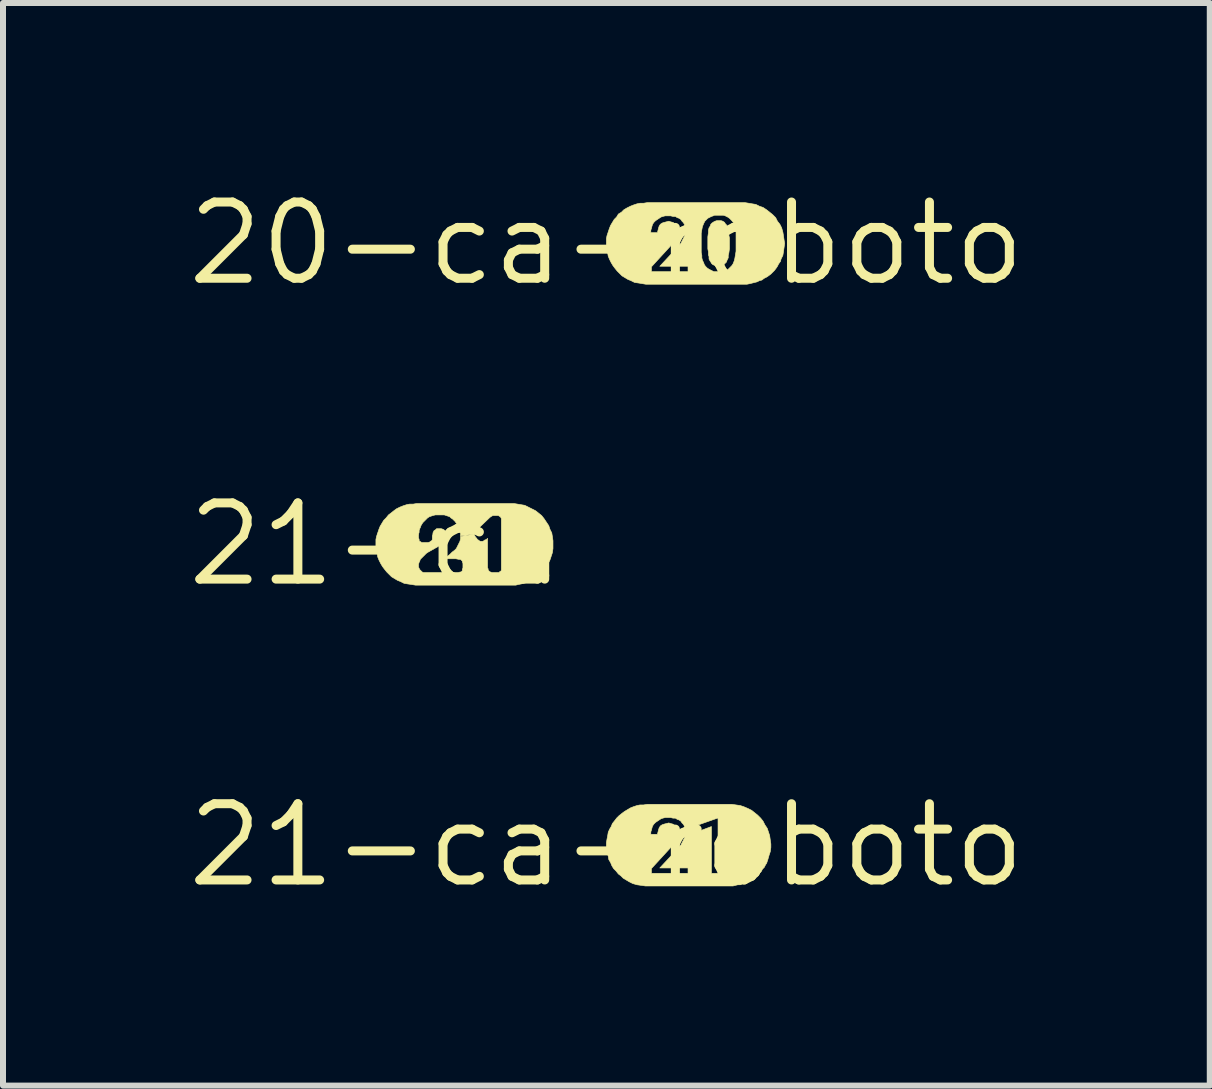
<source format=kicad_pcb>
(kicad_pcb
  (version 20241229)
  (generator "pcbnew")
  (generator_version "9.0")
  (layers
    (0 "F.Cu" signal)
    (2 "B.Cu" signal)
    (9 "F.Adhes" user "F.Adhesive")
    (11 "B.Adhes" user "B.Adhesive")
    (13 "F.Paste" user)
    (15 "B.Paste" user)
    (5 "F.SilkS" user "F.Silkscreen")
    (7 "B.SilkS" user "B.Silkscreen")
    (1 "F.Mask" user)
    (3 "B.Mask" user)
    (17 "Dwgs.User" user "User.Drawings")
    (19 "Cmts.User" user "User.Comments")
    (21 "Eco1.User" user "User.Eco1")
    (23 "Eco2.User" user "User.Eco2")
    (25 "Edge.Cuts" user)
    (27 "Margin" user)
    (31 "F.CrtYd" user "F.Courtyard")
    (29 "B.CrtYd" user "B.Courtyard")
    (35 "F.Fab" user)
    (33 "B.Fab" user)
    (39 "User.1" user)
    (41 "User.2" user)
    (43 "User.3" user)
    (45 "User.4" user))
  (footprint "21-ca"
    (layer "F.Cu")
    (at 3.213 6.019)
    (property "Reference" "21-ca" (at 0 0 0) (layer "F.SilkS") (effects (font (size 1.27 1.27) (thickness 0.15))))
    (attr board_only exclude_from_pos_files exclude_from_bom)
    (fp_poly (pts (xy 0.68 -0.68) (xy 0.62 -0.67) (xy 0.56 -0.67) (xy 0.51 -0.66) (xy 0.45 -0.64) (xy 0.4 -0.62) (xy 0.34 -0.59) (xy 0.3 -0.56) (xy 0.25 -0.52) (xy 0.21 -0.49) (xy 0.17 -0.44) (xy 0.13 -0.4) (xy 0.1 -0.35) (xy 0.07 -0.3) (xy 0.05 -0.25) (xy 0.03 -0.19) (xy 0.01 -0.13) (xy 0 -0.08) (xy 0 -0.02) (xy 0 0.04) (xy 0.01 0.1) (xy 0.02 0.15) (xy 0.03 0.21) (xy 0.05 0.26) (xy 0.08 0.32) (xy 0.11 0.37) (xy 0.14 0.41) (xy 0.18 0.46) (xy 0.22 0.5) (xy 0.26 0.54) (xy 0.31 0.57) (xy 0.36 0.6) (xy 0.41 0.62) (xy 0.47 0.65) (xy 0.53 0.66) (xy 0.6 0.67) (xy 0.66 0.68) (xy 0.77 0.46) (xy 0.75 0.44) (xy 0.73 0.42) (xy 0.72 0.4) (xy 0.71 0.38) (xy 0.71 0.36) (xy 0.71 0.33) (xy 0.72 0.3) (xy 0.73 0.28) (xy 0.74 0.25) (xy 0.76 0.23) (xy 0.8 0.19) (xy 0.84 0.15) (xy 0.87 0.13) (xy 1.03 0.04) (xy 1.06 0.02) (xy 1.09 -0.01) (xy 1.12 -0.04) (xy 1.15 -0.07) (xy 1.17 -0.1) (xy 1.18 -0.14) (xy 1.18 -0.16) (xy 1.17 -0.19) (xy 1.16 -0.21) (xy 1.15 -0.23) (xy 1.12 -0.25) (xy 1.09 -0.26) (xy 1.06 -0.26) (xy 1.03 -0.26) (xy 1.01 -0.26) (xy 0.99 -0.24) (xy 0.97 -0.23) (xy 0.96 -0.21) (xy 0.95 -0.19) (xy 0.95 -0.17) (xy 0.94 -0.14) (xy 0.94 -0.11) (xy 0.94 -0.08) (xy 0.93 -0.06) (xy 0.91 -0.05) (xy 0.9 -0.04) (xy 0.87 -0.03) (xy 0.85 -0.03) (xy 0.81 -0.03) (xy 0.79 -0.03) (xy 0.76 -0.03) (xy 0.75 -0.04) (xy 0.73 -0.05) (xy 0.72 -0.06) (xy 0.72 -0.08) (xy 0.71 -0.11) (xy 0.71 -0.14) (xy 0.71 -0.17) (xy 0.72 -0.2) (xy 0.72 -0.23) (xy 0.73 -0.26) (xy 0.74 -0.28) (xy 0.75 -0.31) (xy 0.78 -0.36) (xy 0.82 -0.4) (xy 0.84 -0.42) (xy 0.86 -0.44) (xy 0.89 -0.46) (xy 0.92 -0.47) (xy 0.95 -0.48) (xy 0.99 -0.49) (xy 1.02 -0.49) (xy 1.06 -0.49) (xy 1.1 -0.49) (xy 1.14 -0.49) (xy 1.17 -0.48) (xy 1.2 -0.47) (xy 1.23 -0.46) (xy 1.25 -0.44) (xy 1.28 -0.42) (xy 1.3 -0.4) (xy 1.32 -0.38) (xy 1.34 -0.35) (xy 1.37 -0.31) (xy 1.39 -0.27) (xy 1.4 -0.23) (xy 1.41 -0.18) (xy 1.41 -0.14) (xy 1.64 -0.17) (xy 1.64 -0.18) (xy 1.64 -0.2) (xy 1.65 -0.22) (xy 1.67 -0.23) (xy 1.9 -0.45) (xy 1.93 -0.47) (xy 1.95 -0.48) (xy 1.97 -0.48) (xy 2 -0.48) (xy 2.04 -0.48) (xy 2.07 -0.46) (xy 2.08 -0.45) (xy 2.09 -0.43) (xy 2.09 0.41) (xy 2.09 0.43) (xy 2.08 0.45) (xy 2.07 0.45) (xy 2.05 0.47) (xy 2.02 0.47) (xy 1.99 0.47) (xy 1.96 0.47) (xy 1.93 0.47) (xy 1.91 0.46) (xy 1.9 0.46) (xy 1.89 0.45) (xy 1.87 0.43) (xy 1.87 0.41) (xy 1.86 0.39) (xy 1.86 0.36) (xy 1.86 -0.1) (xy 1.85 -0.09) (xy 1.84 -0.08) (xy 1.81 -0.07) (xy 1.8 -0.06) (xy 1.78 -0.05) (xy 1.77 -0.05) (xy 1.75 -0.05) (xy 1.74 -0.05) (xy 1.72 -0.06) (xy 1.71 -0.07) (xy 1.69 -0.08) (xy 1.68 -0.1) (xy 1.66 -0.12) (xy 1.65 -0.14) (xy 1.64 -0.15) (xy 1.64 -0.17) (xy 1.41 -0.13) (xy 1.41 -0.09) (xy 1.4 -0.05) (xy 1.38 -0.01) (xy 1.36 0.03) (xy 1.34 0.07) (xy 1.31 0.1) (xy 1.27 0.13) (xy 1.23 0.17) (xy 1.19 0.2) (xy 1.15 0.22) (xy 1.1 0.24) (xy 1.33 0.24) (xy 1.38 0.25) (xy 1.41 0.25) (xy 1.42 0.26) (xy 1.43 0.27) (xy 1.44 0.28) (xy 1.44 0.29) (xy 1.45 0.32) (xy 1.45 0.35) (xy 1.45 0.39) (xy 1.44 0.42) (xy 1.44 0.44) (xy 1.43 0.45) (xy 1.42 0.46) (xy 1.41 0.46) (xy 1.37 0.47) (xy 1.34 0.47) (xy 0.82 0.47) (xy 0.79 0.47) (xy 0.77 0.46) (xy 0.66 0.68) (xy 2.28 0.68) (xy 2.33 0.68) (xy 2.37 0.67) (xy 2.42 0.66) (xy 2.46 0.65) (xy 2.5 0.64) (xy 2.54 0.62) (xy 2.58 0.61) (xy 2.62 0.58) (xy 2.65 0.56) (xy 2.69 0.54) (xy 2.72 0.51) (xy 2.75 0.48) (xy 2.78 0.45) (xy 2.81 0.41) (xy 2.84 0.38) (xy 2.86 0.34) (xy 2.88 0.3) (xy 2.9 0.26) (xy 2.92 0.2) (xy 2.94 0.14) (xy 2.95 0.07) (xy 2.95 0.01) (xy 2.95 -0.06) (xy 2.94 -0.13) (xy 2.93 -0.19) (xy 2.9 -0.25) (xy 2.88 -0.31) (xy 2.84 -0.37) (xy 2.8 -0.43) (xy 2.76 -0.48) (xy 2.71 -0.52) (xy 2.66 -0.56) (xy 2.6 -0.59) (xy 2.54 -0.62) (xy 2.48 -0.65) (xy 2.42 -0.66) (xy 2.36 -0.67) (xy 2.3 -0.68) (xy 0.68 -0.68)) (stroke (width 0.01) (type solid)) (fill yes) (layer "F.SilkS")))
  (footprint "21-ca-roboto"
    (layer "F.Cu")
    (at 7.053 11.031)
    (property "Reference" "21-ca-roboto" (at 0 0 0) (layer "F.SilkS") (effects (font (size 1.27 1.27) (thickness 0.15))))
    (attr board_only exclude_from_pos_files exclude_from_bom)
    (fp_poly (pts (xy 0.68 -0.68) (xy 0.62 -0.67) (xy 0.56 -0.67) (xy 0.51 -0.66) (xy 0.45 -0.64) (xy 0.4 -0.62) (xy 0.35 -0.59) (xy 0.3 -0.56) (xy 0.26 -0.53) (xy 0.21 -0.49) (xy 0.17 -0.45) (xy 0.14 -0.41) (xy 0.1 -0.36) (xy 0.08 -0.31) (xy 0.05 -0.26) (xy 0.03 -0.21) (xy 0.02 -0.15) (xy 0.01 -0.1) (xy 0 -0.04) (xy 0 0.02) (xy 0 0.07) (xy 0.01 0.13) (xy 0.03 0.18) (xy 0.04 0.24) (xy 0.07 0.29) (xy 0.09 0.34) (xy 0.12 0.39) (xy 0.16 0.43) (xy 0.2 0.48) (xy 0.24 0.51) (xy 0.28 0.55) (xy 0.33 0.58) (xy 0.38 0.61) (xy 0.44 0.64) (xy 0.51 0.66) (xy 0.58 0.67) (xy 0.65 0.68) (xy 0.75 0.47) (xy 0.75 0.39) (xy 1.08 0.03) (xy 1.11 0) (xy 1.15 -0.06) (xy 1.17 -0.1) (xy 1.19 -0.14) (xy 1.2 -0.17) (xy 1.2 -0.21) (xy 1.19 -0.25) (xy 1.18 -0.28) (xy 1.16 -0.31) (xy 1.14 -0.33) (xy 1.11 -0.35) (xy 1.07 -0.36) (xy 1.04 -0.37) (xy 1 -0.36) (xy 0.96 -0.35) (xy 0.93 -0.34) (xy 0.9 -0.32) (xy 0.88 -0.29) (xy 0.87 -0.26) (xy 0.86 -0.22) (xy 0.85 -0.18) (xy 0.74 -0.18) (xy 0.74 -0.22) (xy 0.75 -0.25) (xy 0.76 -0.29) (xy 0.77 -0.32) (xy 0.79 -0.35) (xy 0.82 -0.38) (xy 0.85 -0.4) (xy 0.88 -0.42) (xy 0.91 -0.44) (xy 0.94 -0.45) (xy 0.98 -0.46) (xy 1.02 -0.46) (xy 1.07 -0.46) (xy 1.11 -0.45) (xy 1.15 -0.45) (xy 1.18 -0.43) (xy 1.21 -0.42) (xy 1.24 -0.4) (xy 1.26 -0.37) (xy 1.28 -0.35) (xy 1.3 -0.32) (xy 1.31 -0.29) (xy 1.32 -0.26) (xy 1.32 -0.22) (xy 1.51 -0.22) (xy 1.51 -0.33) (xy 1.85 -0.45) (xy 1.86 -0.45) (xy 1.86 0.47) (xy 1.75 0.47) (xy 1.75 -0.31) (xy 1.51 -0.22) (xy 1.32 -0.22) (xy 1.32 -0.2) (xy 1.32 -0.17) (xy 1.31 -0.15) (xy 1.3 -0.12) (xy 1.27 -0.06) (xy 1.24 0) (xy 1.2 0.04) (xy 1.16 0.09) (xy 0.89 0.38) (xy 1.36 0.38) (xy 1.36 0.47) (xy 0.75 0.47) (xy 0.65 0.68) (xy 2.06 0.68) (xy 2.11 0.68) (xy 2.15 0.67) (xy 2.19 0.66) (xy 2.23 0.66) (xy 2.27 0.64) (xy 2.31 0.63) (xy 2.35 0.61) (xy 2.39 0.59) (xy 2.42 0.57) (xy 2.46 0.55) (xy 2.49 0.52) (xy 2.52 0.5) (xy 2.55 0.47) (xy 2.58 0.44) (xy 2.6 0.4) (xy 2.63 0.37) (xy 2.65 0.33) (xy 2.67 0.3) (xy 2.69 0.24) (xy 2.71 0.17) (xy 2.73 0.11) (xy 2.74 0.04) (xy 2.74 -0.02) (xy 2.73 -0.09) (xy 2.72 -0.16) (xy 2.7 -0.22) (xy 2.68 -0.28) (xy 2.64 -0.34) (xy 2.61 -0.4) (xy 2.57 -0.45) (xy 2.52 -0.5) (xy 2.47 -0.54) (xy 2.42 -0.58) (xy 2.36 -0.61) (xy 2.29 -0.64) (xy 2.23 -0.66) (xy 2.16 -0.67) (xy 2.09 -0.68) (xy 0.68 -0.68)) (stroke (width 0.01) (type solid)) (fill yes) (layer "F.SilkS")))
  (footprint "20-ca-roboto"
    (layer "F.Cu")
    (at 7.053 1.006)
    (property "Reference" "20-ca-roboto" (at 0 0 0) (layer "F.SilkS") (effects (font (size 1.27 1.27) (thickness 0.15))))
    (attr board_only exclude_from_pos_files exclude_from_bom)
    (fp_poly (pts (xy 2.05 -0.09) (xy 2.04 -0.14) (xy 2.04 -0.19) (xy 2.03 -0.22) (xy 2.03 -0.26) (xy 2.01 -0.29) (xy 2 -0.31) (xy 1.98 -0.33) (xy 1.97 -0.35) (xy 1.94 -0.37) (xy 1.91 -0.38) (xy 1.88 -0.38) (xy 1.84 -0.38) (xy 1.81 -0.37) (xy 1.79 -0.36) (xy 1.76 -0.34) (xy 1.74 -0.32) (xy 1.73 -0.29) (xy 1.71 -0.26) (xy 1.7 -0.22) (xy 1.7 -0.18) (xy 1.69 -0.11) (xy 1.69 0.09) (xy 1.7 0.14) (xy 1.7 0.19) (xy 1.71 0.22) (xy 1.71 0.26) (xy 1.72 0.28) (xy 1.74 0.31) (xy 1.75 0.33) (xy 1.77 0.35) (xy 1.79 0.36) (xy 1.82 0.37) (xy 1.85 0.38) (xy 1.88 0.38) (xy 1.92 0.37) (xy 1.94 0.36) (xy 1.96 0.35) (xy 1.98 0.33) (xy 2 0.31) (xy 2.01 0.28) (xy 2.03 0.24) (xy 2.03 0.2) (xy 2.04 0.16) (xy 2.05 0.09) (xy 2.05 -0.09)) (stroke (width 0.01) (type solid)) (fill yes) (layer "F.SilkS"))
    (fp_poly (pts (xy 0.68 -0.68) (xy 0.62 -0.67) (xy 0.56 -0.67) (xy 0.51 -0.66) (xy 0.45 -0.64) (xy 0.4 -0.62) (xy 0.34 -0.59) (xy 0.29 -0.56) (xy 0.25 -0.52) (xy 0.2 -0.49) (xy 0.17 -0.44) (xy 0.13 -0.4) (xy 0.1 -0.35) (xy 0.07 -0.3) (xy 0.05 -0.25) (xy 0.03 -0.19) (xy 0.01 -0.13) (xy 0 -0.08) (xy 0 -0.02) (xy 0 0.04) (xy 0.01 0.1) (xy 0.02 0.15) (xy 0.03 0.21) (xy 0.05 0.26) (xy 0.08 0.32) (xy 0.11 0.37) (xy 0.14 0.41) (xy 0.18 0.46) (xy 0.22 0.5) (xy 0.26 0.54) (xy 0.31 0.57) (xy 0.36 0.6) (xy 0.41 0.62) (xy 0.47 0.65) (xy 0.54 0.66) (xy 0.6 0.67) (xy 0.66 0.68) (xy 0.75 0.47) (xy 0.75 0.39) (xy 1.08 0.03) (xy 1.11 0) (xy 1.15 -0.06) (xy 1.17 -0.1) (xy 1.19 -0.14) (xy 1.2 -0.17) (xy 1.2 -0.21) (xy 1.19 -0.25) (xy 1.18 -0.28) (xy 1.16 -0.31) (xy 1.14 -0.33) (xy 1.11 -0.35) (xy 1.07 -0.36) (xy 1.04 -0.37) (xy 1 -0.36) (xy 0.96 -0.35) (xy 0.93 -0.34) (xy 0.9 -0.32) (xy 0.88 -0.29) (xy 0.87 -0.26) (xy 0.86 -0.22) (xy 0.85 -0.18) (xy 0.74 -0.18) (xy 0.74 -0.22) (xy 0.75 -0.25) (xy 0.76 -0.29) (xy 0.77 -0.32) (xy 0.79 -0.35) (xy 0.82 -0.38) (xy 0.85 -0.4) (xy 0.88 -0.42) (xy 0.91 -0.44) (xy 0.94 -0.45) (xy 0.98 -0.46) (xy 1.02 -0.46) (xy 1.07 -0.46) (xy 1.11 -0.45) (xy 1.15 -0.45) (xy 1.18 -0.43) (xy 1.21 -0.42) (xy 1.24 -0.4) (xy 1.26 -0.37) (xy 1.28 -0.35) (xy 1.3 -0.32) (xy 1.31 -0.29) (xy 1.32 -0.26) (xy 1.32 -0.22) (xy 1.32 -0.2) (xy 1.32 -0.17) (xy 1.31 -0.15) (xy 1.3 -0.12) (xy 1.27 -0.06) (xy 1.24 0) (xy 1.2 0.04) (xy 1.16 0.09) (xy 0.89 0.38) (xy 1.36 0.38) (xy 1.6 0.28) (xy 1.59 0.24) (xy 1.59 0.2) (xy 1.58 0.15) (xy 1.58 0.09) (xy 1.58 -0.12) (xy 1.58 -0.17) (xy 1.59 -0.23) (xy 1.6 -0.28) (xy 1.62 -0.33) (xy 1.64 -0.37) (xy 1.67 -0.4) (xy 1.69 -0.42) (xy 1.71 -0.43) (xy 1.73 -0.44) (xy 1.75 -0.45) (xy 1.78 -0.46) (xy 1.8 -0.47) (xy 1.83 -0.47) (xy 1.86 -0.47) (xy 1.89 -0.47) (xy 1.92 -0.47) (xy 1.95 -0.47) (xy 1.98 -0.46) (xy 2 -0.45) (xy 2.02 -0.44) (xy 2.05 -0.42) (xy 2.06 -0.41) (xy 2.09 -0.38) (xy 2.12 -0.34) (xy 2.13 -0.29) (xy 2.15 -0.24) (xy 2.16 -0.19) (xy 2.16 -0.13) (xy 2.16 0.07) (xy 2.16 0.13) (xy 2.15 0.19) (xy 2.14 0.25) (xy 2.13 0.29) (xy 2.11 0.34) (xy 2.09 0.37) (xy 2.06 0.4) (xy 2.03 0.43) (xy 2.02 0.44) (xy 1.99 0.45) (xy 1.95 0.47) (xy 1.9 0.47) (xy 1.84 0.47) (xy 1.79 0.47) (xy 1.75 0.45) (xy 1.71 0.43) (xy 1.68 0.41) (xy 1.65 0.38) (xy 1.63 0.35) (xy 1.62 0.32) (xy 1.6 0.28) (xy 1.36 0.38) (xy 1.36 0.47) (xy 0.75 0.47) (xy 0.66 0.68) (xy 2.29 0.68) (xy 2.34 0.68) (xy 2.39 0.67) (xy 2.43 0.66) (xy 2.47 0.65) (xy 2.51 0.64) (xy 2.55 0.62) (xy 2.59 0.61) (xy 2.63 0.58) (xy 2.67 0.56) (xy 2.7 0.54) (xy 2.74 0.51) (xy 2.77 0.48) (xy 2.8 0.45) (xy 2.83 0.41) (xy 2.85 0.38) (xy 2.87 0.34) (xy 2.9 0.3) (xy 2.91 0.26) (xy 2.94 0.2) (xy 2.95 0.14) (xy 2.96 0.07) (xy 2.97 0) (xy 2.96 -0.06) (xy 2.95 -0.13) (xy 2.94 -0.19) (xy 2.92 -0.26) (xy 2.89 -0.32) (xy 2.85 -0.37) (xy 2.82 -0.43) (xy 2.77 -0.48) (xy 2.72 -0.52) (xy 2.67 -0.56) (xy 2.61 -0.6) (xy 2.55 -0.62) (xy 2.49 -0.65) (xy 2.43 -0.66) (xy 2.37 -0.67) (xy 2.31 -0.68) (xy 0.68 -0.68)) (stroke (width 0.01) (type solid)) (fill yes) (layer "F.SilkS")))
  (gr_rect
    (start -3 -3)
    (end 17.106 15.037)
    (stroke (width 0.1) (type default))
    (fill no)
    (layer "Edge.Cuts")))
</source>
